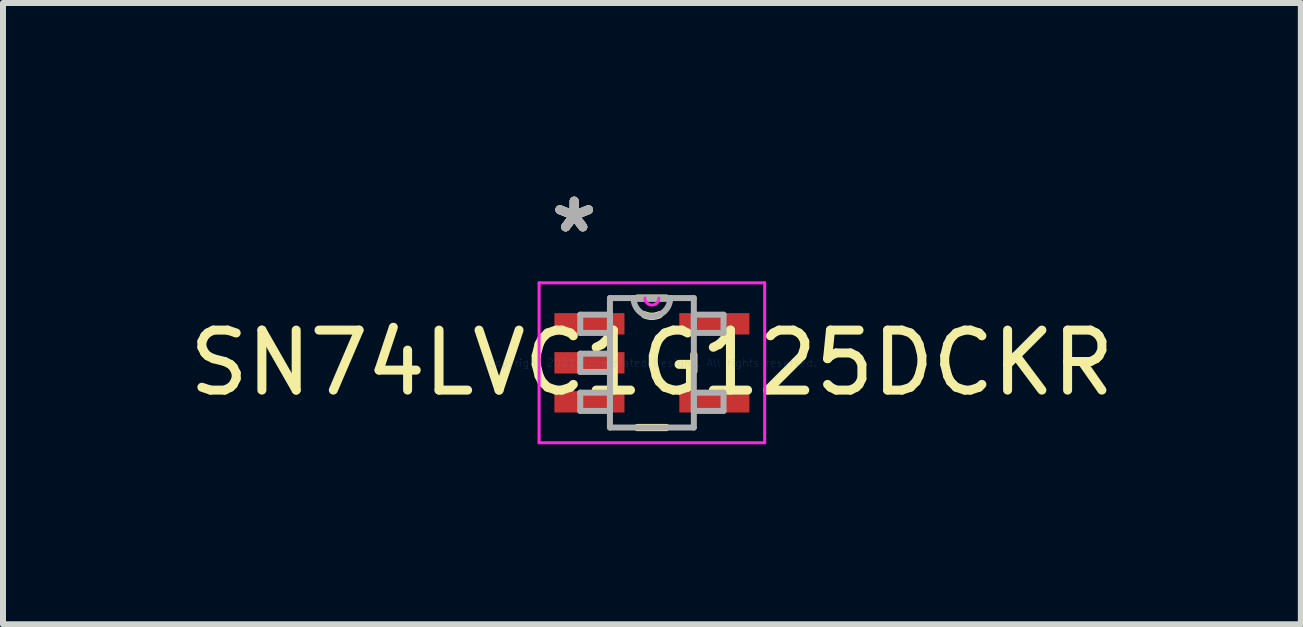
<source format=kicad_pcb>
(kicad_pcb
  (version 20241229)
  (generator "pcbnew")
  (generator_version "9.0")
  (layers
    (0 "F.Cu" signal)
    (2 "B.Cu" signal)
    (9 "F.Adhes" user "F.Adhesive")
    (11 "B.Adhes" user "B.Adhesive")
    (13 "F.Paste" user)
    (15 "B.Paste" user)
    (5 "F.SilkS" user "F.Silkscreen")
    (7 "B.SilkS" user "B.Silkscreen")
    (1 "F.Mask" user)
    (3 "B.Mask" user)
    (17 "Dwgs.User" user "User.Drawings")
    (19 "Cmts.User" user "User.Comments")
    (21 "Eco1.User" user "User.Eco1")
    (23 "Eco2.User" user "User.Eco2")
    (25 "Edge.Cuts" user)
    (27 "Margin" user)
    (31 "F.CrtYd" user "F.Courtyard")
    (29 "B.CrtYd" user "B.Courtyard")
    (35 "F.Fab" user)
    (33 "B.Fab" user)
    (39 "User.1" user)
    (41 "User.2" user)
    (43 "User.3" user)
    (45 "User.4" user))
  (footprint "SN74LVC1G125DCKR"
    (layer "F.Cu")
    (at 7.815 2.997)
    (property "Reference" "SN74LVC1G125DCKR" (at 0 0 0) (layer "F.SilkS") (effects (font (size 1 1) (thickness 0.15))))
    (attr through_hole)
    (fp_line (start -0.24 1.079) (end 0.24 1.079) (stroke (width 0.12) (type solid)) (layer "F.SilkS"))
    (fp_line (start 0.24 -1.079) (end -0.24 -1.079) (stroke (width 0.12) (type solid)) (layer "F.SilkS"))
    (fp_line (start 0.699 0.139) (end 0.699 -0.139) (stroke (width 0.12) (type solid)) (layer "F.SilkS"))
    (fp_arc (start 0.12446 -0.801269) (mid 0 -0.7747) (end -0.12446 -0.801269) (stroke (width 0.12) (type solid)) (layer "F.SilkS"))
    (fp_line (start -1.88 -1.333) (end 1.88 -1.333) (stroke (width 0.05) (type solid)) (layer "F.CrtYd"))
    (fp_line (start -1.88 1.333) (end -1.88 -1.333) (stroke (width 0.05) (type solid)) (layer "F.CrtYd"))
    (fp_line (start 1.88 -1.333) (end 1.88 1.333) (stroke (width 0.05) (type solid)) (layer "F.CrtYd"))
    (fp_line (start 1.88 1.333) (end -1.88 1.333) (stroke (width 0.05) (type solid)) (layer "F.CrtYd"))
    (fp_arc (start 0.116417 -1.0795) (mid 0 -0.963083) (end -0.116417 -1.0795) (stroke (width 0.05) (type solid)) (layer "F.CrtYd"))
    (fp_line (start -1.194 -0.802) (end -1.194 -0.498) (stroke (width 0.1) (type solid)) (layer "F.Fab"))
    (fp_line (start -1.194 -0.498) (end -0.699 -0.498) (stroke (width 0.1) (type solid)) (layer "F.Fab"))
    (fp_line (start -1.194 -0.152) (end -1.194 0.152) (stroke (width 0.1) (type solid)) (layer "F.Fab"))
    (fp_line (start -1.194 0.152) (end -0.699 0.152) (stroke (width 0.1) (type solid)) (layer "F.Fab"))
    (fp_line (start -1.194 0.498) (end -1.194 0.802) (stroke (width 0.1) (type solid)) (layer "F.Fab"))
    (fp_line (start -1.194 0.802) (end -0.699 0.802) (stroke (width 0.1) (type solid)) (layer "F.Fab"))
    (fp_line (start -0.699 -1.079) (end -0.699 1.079) (stroke (width 0.1) (type solid)) (layer "F.Fab"))
    (fp_line (start -0.699 -0.802) (end -1.194 -0.802) (stroke (width 0.1) (type solid)) (layer "F.Fab"))
    (fp_line (start -0.699 -0.498) (end -0.699 -0.802) (stroke (width 0.1) (type solid)) (layer "F.Fab"))
    (fp_line (start -0.699 -0.152) (end -1.194 -0.152) (stroke (width 0.1) (type solid)) (layer "F.Fab"))
    (fp_line (start -0.699 0.152) (end -0.699 -0.152) (stroke (width 0.1) (type solid)) (layer "F.Fab"))
    (fp_line (start -0.699 0.498) (end -1.194 0.498) (stroke (width 0.1) (type solid)) (layer "F.Fab"))
    (fp_line (start -0.699 0.802) (end -0.699 0.498) (stroke (width 0.1) (type solid)) (layer "F.Fab"))
    (fp_line (start -0.699 1.079) (end 0.699 1.079) (stroke (width 0.1) (type solid)) (layer "F.Fab"))
    (fp_line (start 0.699 -1.079) (end -0.699 -1.079) (stroke (width 0.1) (type solid)) (layer "F.Fab"))
    (fp_line (start 0.699 -0.802) (end 0.699 -0.498) (stroke (width 0.1) (type solid)) (layer "F.Fab"))
    (fp_line (start 0.699 -0.498) (end 1.194 -0.498) (stroke (width 0.1) (type solid)) (layer "F.Fab"))
    (fp_line (start 0.699 0.498) (end 0.699 0.802) (stroke (width 0.1) (type solid)) (layer "F.Fab"))
    (fp_line (start 0.699 0.802) (end 1.194 0.802) (stroke (width 0.1) (type solid)) (layer "F.Fab"))
    (fp_line (start 0.699 1.079) (end 0.699 -1.079) (stroke (width 0.1) (type solid)) (layer "F.Fab"))
    (fp_line (start 1.194 -0.802) (end 0.699 -0.802) (stroke (width 0.1) (type solid)) (layer "F.Fab"))
    (fp_line (start 1.194 -0.498) (end 1.194 -0.802) (stroke (width 0.1) (type solid)) (layer "F.Fab"))
    (fp_line (start 1.194 0.498) (end 0.699 0.498) (stroke (width 0.1) (type solid)) (layer "F.Fab"))
    (fp_line (start 1.194 0.802) (end 1.194 0.498) (stroke (width 0.1) (type solid)) (layer "F.Fab"))
    (fp_arc (start 0.3048 -1.0795) (mid 0 -0.7747) (end -0.3048 -1.0795) (stroke (width 0.1) (type solid)) (layer "F.Fab"))
    (fp_text user "*" (at -1.295 -2.149 0) (layer "F.SilkS") (effects (font (size 1 1) (thickness 0.15))))
    (fp_text user "*" (at -1.295 -2.149 0) (layer "F.SilkS") (effects (font (size 1 1) (thickness 0.15))))
    (fp_text user "Copyright 2021 Accelerated Designs. All rights reserved." (at 0 0 0) (layer "Cmts.User") (effects (font (size 0.127 0.127) (thickness 0.002))))
    (fp_text user "*" (at -1.295 -2.149 0) (layer "F.Fab") (effects (font (size 1 1) (thickness 0.15))))
    (fp_text user "*" (at -1.295 -2.149 0) (layer "F.Fab") (effects (font (size 1 1) (thickness 0.15))))
    (pad "1" smd rect (at -1.041 -0.65) (size 1.168 0.356) (layers "F.Cu" "F.Mask" "F.Paste"))
    (pad "2" smd rect (at -1.041 0) (size 1.168 0.356) (layers "F.Cu" "F.Mask" "F.Paste"))
    (pad "3" smd rect (at -1.041 0.65) (size 1.168 0.356) (layers "F.Cu" "F.Mask" "F.Paste"))
    (pad "4" smd rect (at 1.041 0.65) (size 1.168 0.356) (layers "F.Cu" "F.Mask" "F.Paste"))
    (pad "5" smd rect (at 1.041 -0.65) (size 1.168 0.356) (layers "F.Cu" "F.Mask" "F.Paste")))
  (gr_rect
    (start -3 -3)
    (end 18.631 7.355)
    (stroke (width 0.1) (type default))
    (fill no)
    (layer "Edge.Cuts")))
</source>
